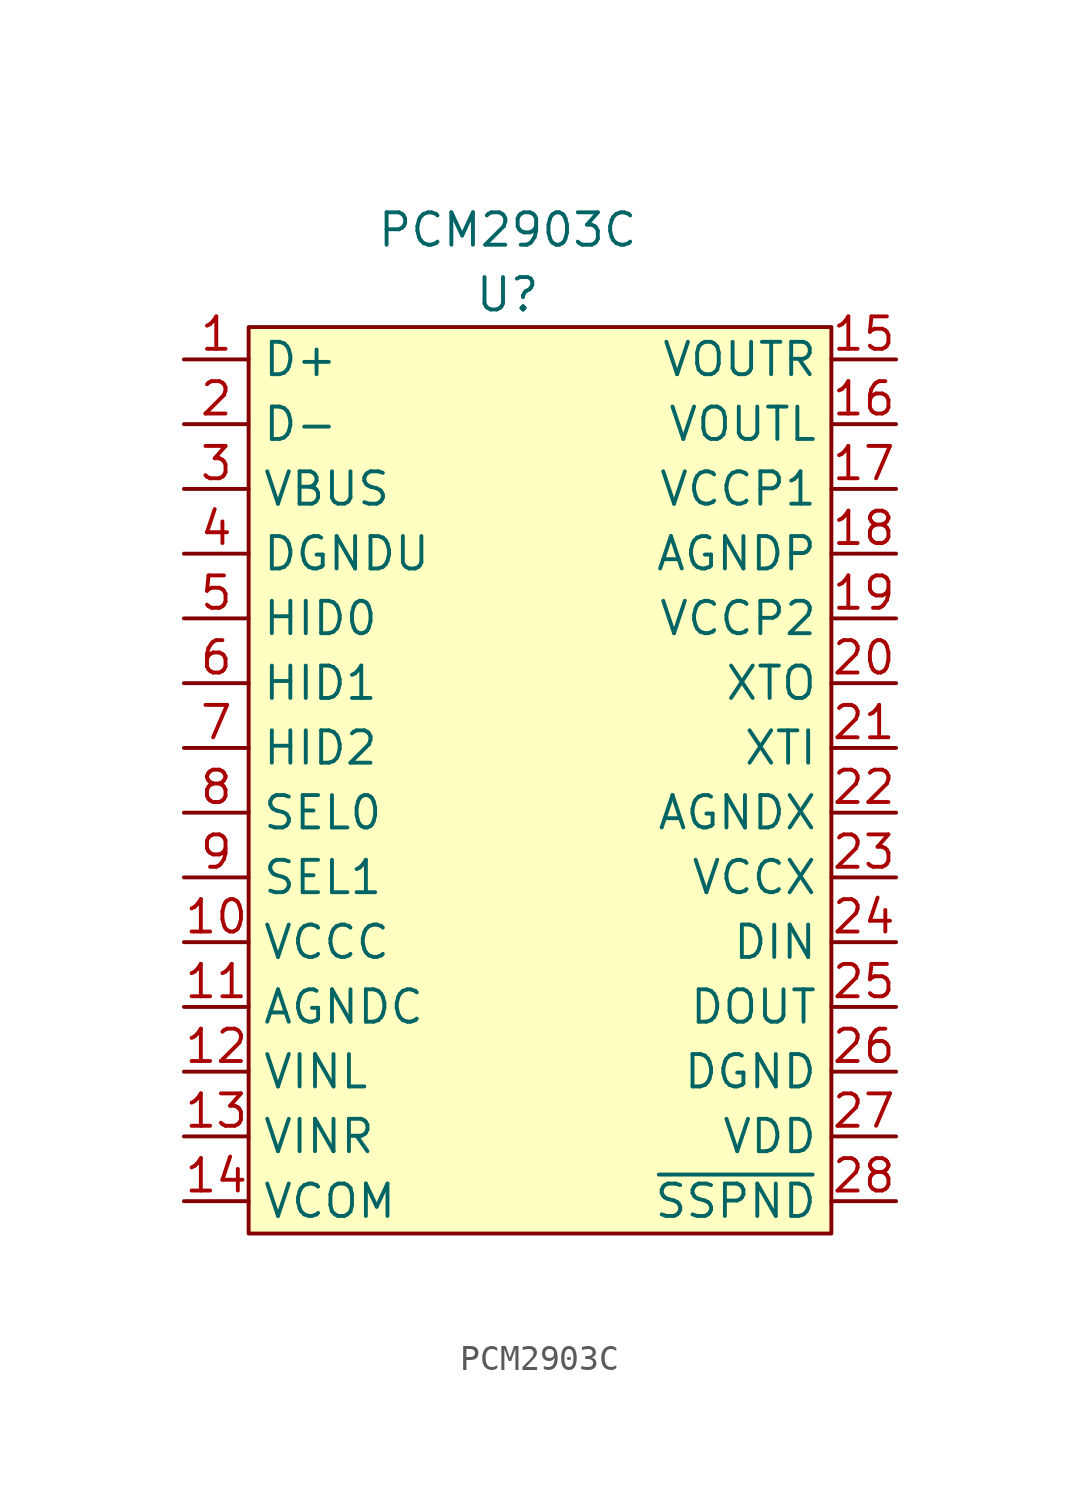
<source format=kicad_sym>
(kicad_symbol_lib
  (version 20211014)
  (generator kicad_symbol_editor)
  (symbol "PCM2903C"
    (property "Reference" "U"
      (at 0 2.54 0)
      (effects (font (size 1.27 1.27))))
    (property "Value" "PCM2903C"
      (at 0 5.08 0)
      (effects (font (size 1.27 1.27))))
    (symbol "PCM2903C_0_0"
      (pin passive line (at -12.7 0 0) (length 2.54) (name "D+" (effects (font (size 1.27 1.27)))) (number "1" (effects (font (size 1.27 1.27)))))
      (pin passive line (at -12.7 -22.86 0) (length 2.54) (name "VCCC" (effects (font (size 1.27 1.27)))) (number "10" (effects (font (size 1.27 1.27)))))
      (pin passive line (at -12.7 -25.4 0) (length 2.54) (name "AGNDC" (effects (font (size 1.27 1.27)))) (number "11" (effects (font (size 1.27 1.27)))))
      (pin passive line (at -12.7 -27.94 0) (length 2.54) (name "VINL" (effects (font (size 1.27 1.27)))) (number "12" (effects (font (size 1.27 1.27)))))
      (pin passive line (at -12.7 -30.48 0) (length 2.54) (name "VINR" (effects (font (size 1.27 1.27)))) (number "13" (effects (font (size 1.27 1.27)))))
      (pin passive line (at -12.7 -33.02 0) (length 2.54) (name "VCOM" (effects (font (size 1.27 1.27)))) (number "14" (effects (font (size 1.27 1.27)))))
      (pin passive line (at 15.24 0 180) (length 2.54) (name "VOUTR" (effects (font (size 1.27 1.27)))) (number "15" (effects (font (size 1.27 1.27)))))
      (pin passive line (at 15.24 -2.54 180) (length 2.54) (name "VOUTL" (effects (font (size 1.27 1.27)))) (number "16" (effects (font (size 1.27 1.27)))))
      (pin passive line (at 15.24 -5.08 180) (length 2.54) (name "VCCP1" (effects (font (size 1.27 1.27)))) (number "17" (effects (font (size 1.27 1.27)))))
      (pin passive line (at 15.24 -7.62 180) (length 2.54) (name "AGNDP" (effects (font (size 1.27 1.27)))) (number "18" (effects (font (size 1.27 1.27)))))
      (pin passive line (at 15.24 -10.16 180) (length 2.54) (name "VCCP2" (effects (font (size 1.27 1.27)))) (number "19" (effects (font (size 1.27 1.27)))))
      (pin passive line (at -12.7 -2.54 0) (length 2.54) (name "D-" (effects (font (size 1.27 1.27)))) (number "2" (effects (font (size 1.27 1.27)))))
      (pin passive line (at 15.24 -12.7 180) (length 2.54) (name "XTO" (effects (font (size 1.27 1.27)))) (number "20" (effects (font (size 1.27 1.27)))))
      (pin passive line (at 15.24 -15.24 180) (length 2.54) (name "XTI" (effects (font (size 1.27 1.27)))) (number "21" (effects (font (size 1.27 1.27)))))
      (pin passive line (at 15.24 -17.78 180) (length 2.54) (name "AGNDX" (effects (font (size 1.27 1.27)))) (number "22" (effects (font (size 1.27 1.27)))))
      (pin passive line (at 15.24 -20.32 180) (length 2.54) (name "VCCX" (effects (font (size 1.27 1.27)))) (number "23" (effects (font (size 1.27 1.27)))))
      (pin passive line (at 15.24 -22.86 180) (length 2.54) (name "DIN" (effects (font (size 1.27 1.27)))) (number "24" (effects (font (size 1.27 1.27)))))
      (pin passive line (at 15.24 -25.4 180) (length 2.54) (name "DOUT" (effects (font (size 1.27 1.27)))) (number "25" (effects (font (size 1.27 1.27)))))
      (pin passive line (at 15.24 -27.94 180) (length 2.54) (name "DGND" (effects (font (size 1.27 1.27)))) (number "26" (effects (font (size 1.27 1.27)))))
      (pin passive line (at 15.24 -30.48 180) (length 2.54) (name "VDD" (effects (font (size 1.27 1.27)))) (number "27" (effects (font (size 1.27 1.27)))))
      (pin passive line (at 15.24 -33.02 180) (length 2.54) (name "~{SSPND}" (effects (font (size 1.27 1.27)))) (number "28" (effects (font (size 1.27 1.27)))))
      (pin passive line (at -12.7 -5.08 0) (length 2.54) (name "VBUS" (effects (font (size 1.27 1.27)))) (number "3" (effects (font (size 1.27 1.27)))))
      (pin passive line (at -12.7 -7.62 0) (length 2.54) (name "DGNDU" (effects (font (size 1.27 1.27)))) (number "4" (effects (font (size 1.27 1.27)))))
      (pin passive line (at -12.7 -10.16 0) (length 2.54) (name "HID0" (effects (font (size 1.27 1.27)))) (number "5" (effects (font (size 1.27 1.27)))))
      (pin passive line (at -12.7 -12.7 0) (length 2.54) (name "HID1" (effects (font (size 1.27 1.27)))) (number "6" (effects (font (size 1.27 1.27)))))
      (pin passive line (at -12.7 -15.24 0) (length 2.54) (name "HID2" (effects (font (size 1.27 1.27)))) (number "7" (effects (font (size 1.27 1.27)))))
      (pin passive line (at -12.7 -17.78 0) (length 2.54) (name "SEL0" (effects (font (size 1.27 1.27)))) (number "8" (effects (font (size 1.27 1.27)))))
      (pin passive line (at -12.7 -20.32 0) (length 2.54) (name "SEL1" (effects (font (size 1.27 1.27)))) (number "9" (effects (font (size 1.27 1.27))))))
    (symbol "PCM2903C_0_1"
      (rectangle (start -10.16 1.27) (end 12.7 -34.29) (stroke (width 0) (type default) (color 0 0 0 0)) (fill (type background))))))
</source>
